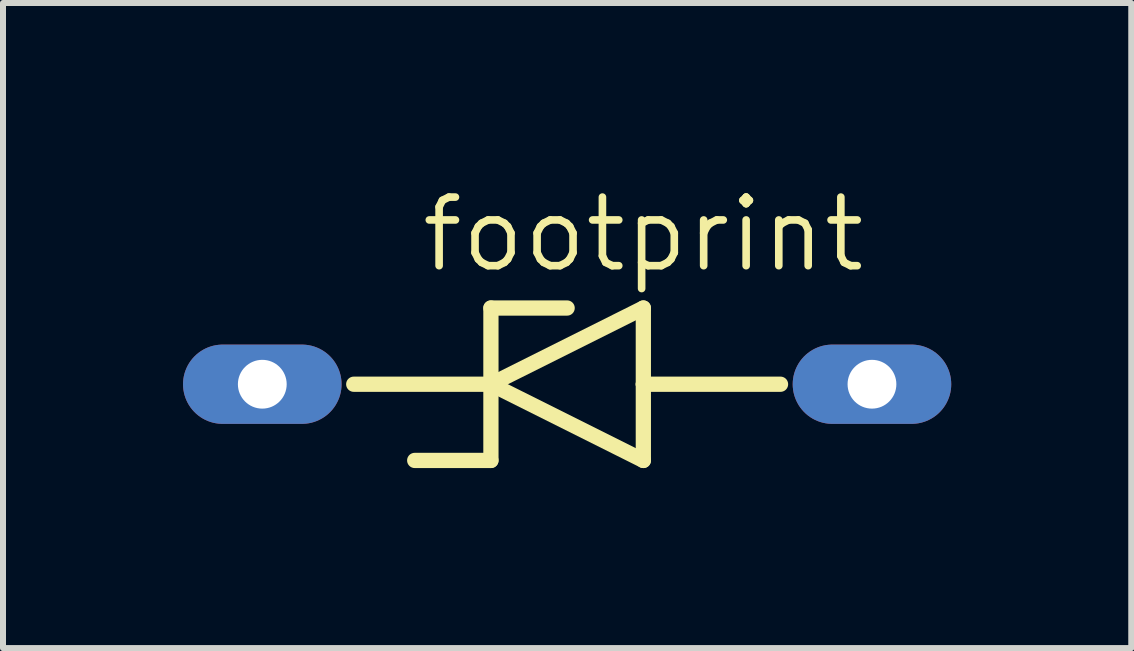
<source format=kicad_pcb>
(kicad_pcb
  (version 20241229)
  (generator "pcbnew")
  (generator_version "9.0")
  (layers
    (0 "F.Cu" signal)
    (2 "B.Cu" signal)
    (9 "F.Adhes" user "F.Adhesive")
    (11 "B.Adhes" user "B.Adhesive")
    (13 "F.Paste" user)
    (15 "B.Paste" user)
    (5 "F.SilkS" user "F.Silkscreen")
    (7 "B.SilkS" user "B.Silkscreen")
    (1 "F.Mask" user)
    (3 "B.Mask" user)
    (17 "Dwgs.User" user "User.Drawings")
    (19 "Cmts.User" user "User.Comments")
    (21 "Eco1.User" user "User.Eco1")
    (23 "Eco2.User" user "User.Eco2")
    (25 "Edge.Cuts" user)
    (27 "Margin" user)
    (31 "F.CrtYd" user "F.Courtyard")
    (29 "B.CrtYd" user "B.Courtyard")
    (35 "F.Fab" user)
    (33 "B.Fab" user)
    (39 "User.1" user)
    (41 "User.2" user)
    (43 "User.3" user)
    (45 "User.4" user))
  (footprint "footprint"
    (layer "F.Cu")
    (at 6.401 3.353)
    (property "Reference" "footprint" (at -2.489 -1.829 0) (layer "F.SilkS") (effects (font (size 1.143 1.143) (thickness 0.127)) (justify left bottom)))
    (fp_line (start -3.556 0) (end -1.27 0) (stroke (width 0.254) (type solid)) (layer "F.SilkS"))
    (fp_line (start -1.27 -1.27) (end -1.27 0) (stroke (width 0.254) (type solid)) (layer "F.SilkS"))
    (fp_line (start -1.27 0) (end -1.27 1.27) (stroke (width 0.254) (type solid)) (layer "F.SilkS"))
    (fp_line (start -1.27 0) (end 1.27 -1.27) (stroke (width 0.254) (type solid)) (layer "F.SilkS"))
    (fp_line (start -1.27 1.27) (end -2.54 1.27) (stroke (width 0.254) (type solid)) (layer "F.SilkS"))
    (fp_line (start 0 -1.27) (end -1.27 -1.27) (stroke (width 0.254) (type solid)) (layer "F.SilkS"))
    (fp_line (start 1.27 -1.27) (end 1.27 0) (stroke (width 0.254) (type solid)) (layer "F.SilkS"))
    (fp_line (start 1.27 0) (end 1.27 1.27) (stroke (width 0.254) (type solid)) (layer "F.SilkS"))
    (fp_line (start 1.27 0) (end 3.556 0) (stroke (width 0.254) (type solid)) (layer "F.SilkS"))
    (fp_line (start 1.27 1.27) (end -1.27 0) (stroke (width 0.254) (type solid)) (layer "F.SilkS"))
    (pad "A" thru_hole oval (at 5.08 0) (size 2.642 1.321) (drill 0.813) (layers "*.Cu" "*.Mask"))
    (pad "C" thru_hole oval (at -5.08 0) (size 2.642 1.321) (drill 0.813) (layers "*.Cu" "*.Mask")))
  (gr_rect
    (start -3 -3)
    (end 15.802 7.75)
    (stroke (width 0.1) (type default))
    (fill no)
    (layer "Edge.Cuts")))
</source>
